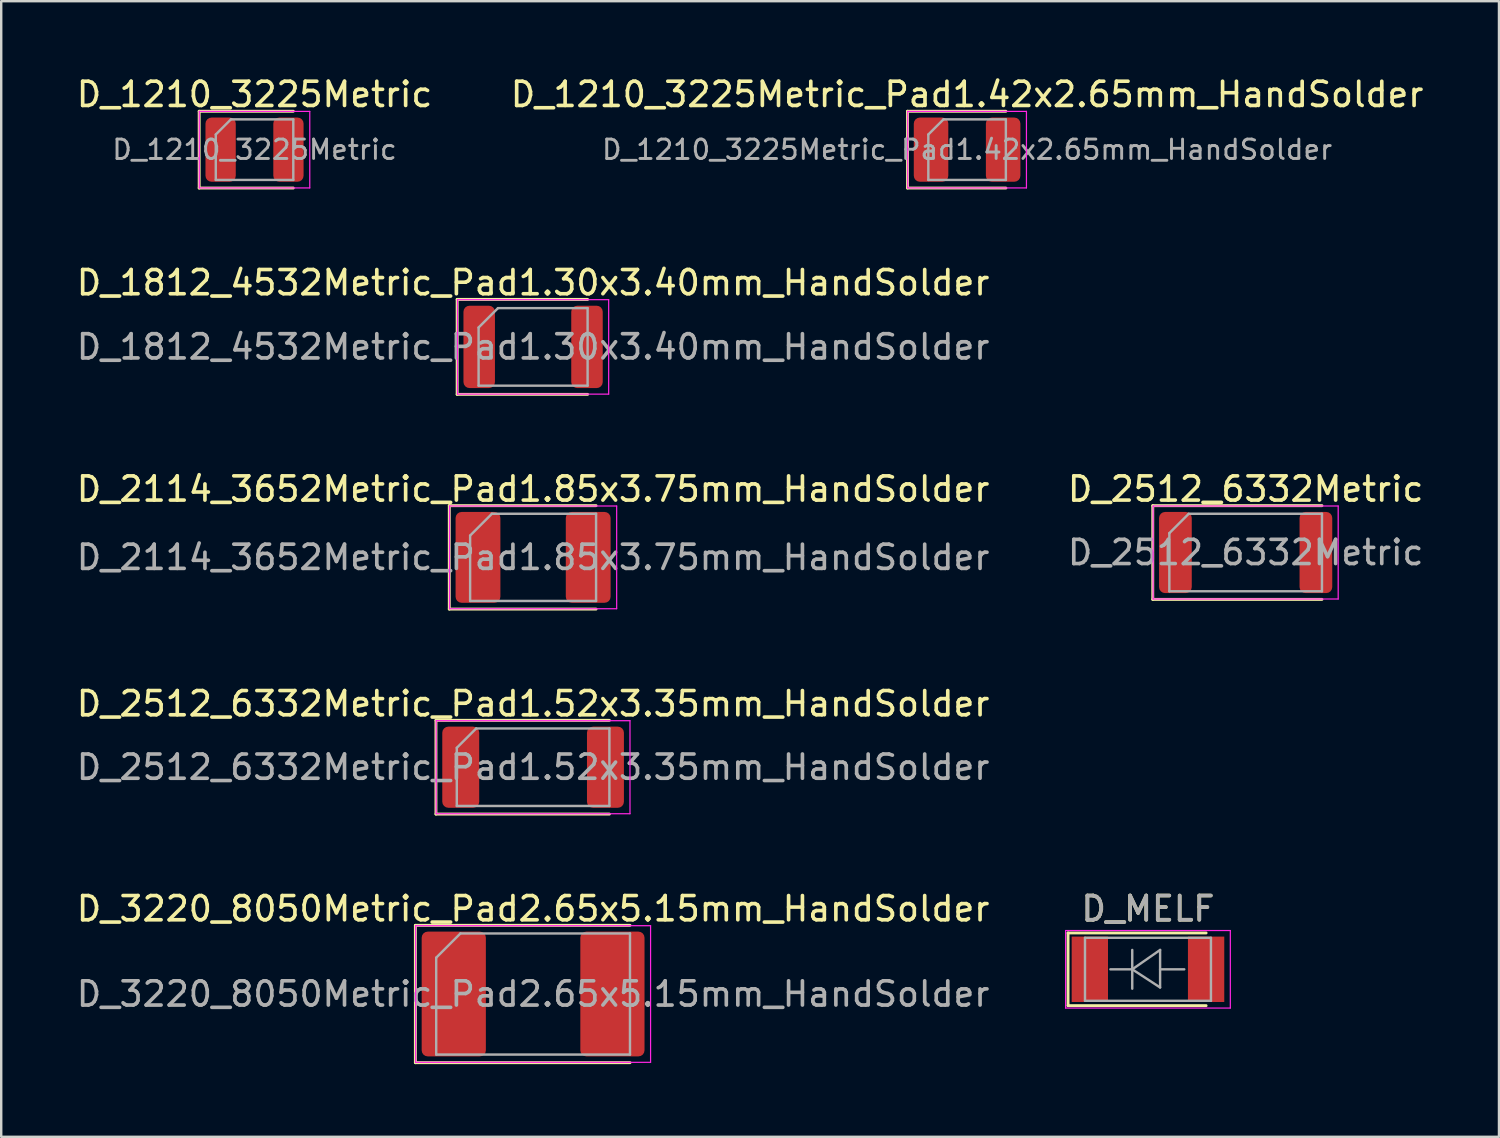
<source format=kicad_pcb>
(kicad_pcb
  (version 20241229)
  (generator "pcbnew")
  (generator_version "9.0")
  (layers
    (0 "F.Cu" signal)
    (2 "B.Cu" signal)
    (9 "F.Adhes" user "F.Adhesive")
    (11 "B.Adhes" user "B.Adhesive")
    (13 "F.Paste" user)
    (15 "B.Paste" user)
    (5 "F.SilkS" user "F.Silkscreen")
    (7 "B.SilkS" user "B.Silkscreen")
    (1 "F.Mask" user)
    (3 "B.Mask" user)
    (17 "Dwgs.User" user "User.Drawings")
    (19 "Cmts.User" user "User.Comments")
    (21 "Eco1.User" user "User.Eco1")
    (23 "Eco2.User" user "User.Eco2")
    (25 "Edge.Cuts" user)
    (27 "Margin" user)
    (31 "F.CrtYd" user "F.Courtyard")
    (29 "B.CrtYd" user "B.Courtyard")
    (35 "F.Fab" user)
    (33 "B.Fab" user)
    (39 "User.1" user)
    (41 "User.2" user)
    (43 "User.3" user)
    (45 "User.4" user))
  (footprint "D_2114_3652Metric_Pad1.85x3.75mm_HandSolder"
    (layer "F.Cu")
    (at 18.958 19.96)
    (property "Reference" "D_2114_3652Metric_Pad1.85x3.75mm_HandSolder" (at 0 -2.82 0) (layer "F.SilkS") (effects (font (size 1 1) (thickness 0.15))))
    (attr smd)
    (fp_line (start -3.46 -2.135) (end -3.46 2.135) (stroke (width 0.12) (type solid)) (layer "F.SilkS"))
    (fp_line (start -3.46 2.135) (end 2.6 2.135) (stroke (width 0.12) (type solid)) (layer "F.SilkS"))
    (fp_line (start 2.6 -2.135) (end -3.46 -2.135) (stroke (width 0.12) (type solid)) (layer "F.SilkS"))
    (fp_line (start -3.45 -2.12) (end 3.45 -2.12) (stroke (width 0.05) (type solid)) (layer "F.CrtYd"))
    (fp_line (start -3.45 2.12) (end -3.45 -2.12) (stroke (width 0.05) (type solid)) (layer "F.CrtYd"))
    (fp_line (start 3.45 -2.12) (end 3.45 2.12) (stroke (width 0.05) (type solid)) (layer "F.CrtYd"))
    (fp_line (start 3.45 2.12) (end -3.45 2.12) (stroke (width 0.05) (type solid)) (layer "F.CrtYd"))
    (fp_line (start -2.6 -0.9) (end -2.6 1.8) (stroke (width 0.1) (type solid)) (layer "F.Fab"))
    (fp_line (start -2.6 1.8) (end 2.6 1.8) (stroke (width 0.1) (type solid)) (layer "F.Fab"))
    (fp_line (start -1.7 -1.8) (end -2.6 -0.9) (stroke (width 0.1) (type solid)) (layer "F.Fab"))
    (fp_line (start 2.6 -1.8) (end -1.7 -1.8) (stroke (width 0.1) (type solid)) (layer "F.Fab"))
    (fp_line (start 2.6 1.8) (end 2.6 -1.8) (stroke (width 0.1) (type solid)) (layer "F.Fab"))
    (fp_text user "${REFERENCE}" (at 0 0 0) (layer "F.Fab") (effects (font (size 1 1) (thickness 0.15))))
    (pad "1" smd roundrect (at -2.275 0) (size 1.85 3.75) (layers "F.Cu" "F.Mask" "F.Paste") (roundrect_rratio 0.135))
    (pad "2" smd roundrect (at 2.275 0) (size 1.85 3.75) (layers "F.Cu" "F.Mask" "F.Paste") (roundrect_rratio 0.135)))
  (footprint "D_1812_4532Metric_Pad1.30x3.40mm_HandSolder"
    (layer "F.Cu")
    (at 18.958 11.271)
    (property "Reference" "D_1812_4532Metric_Pad1.30x3.40mm_HandSolder" (at 0 -2.65 0) (layer "F.SilkS") (effects (font (size 1 1) (thickness 0.15))))
    (attr smd)
    (fp_line (start -3.135 -1.96) (end -3.135 1.96) (stroke (width 0.12) (type solid)) (layer "F.SilkS"))
    (fp_line (start -3.135 1.96) (end 2.25 1.96) (stroke (width 0.12) (type solid)) (layer "F.SilkS"))
    (fp_line (start 2.25 -1.96) (end -3.135 -1.96) (stroke (width 0.12) (type solid)) (layer "F.SilkS"))
    (fp_line (start -3.12 -1.95) (end 3.12 -1.95) (stroke (width 0.05) (type solid)) (layer "F.CrtYd"))
    (fp_line (start -3.12 1.95) (end -3.12 -1.95) (stroke (width 0.05) (type solid)) (layer "F.CrtYd"))
    (fp_line (start 3.12 -1.95) (end 3.12 1.95) (stroke (width 0.05) (type solid)) (layer "F.CrtYd"))
    (fp_line (start 3.12 1.95) (end -3.12 1.95) (stroke (width 0.05) (type solid)) (layer "F.CrtYd"))
    (fp_line (start -2.25 -0.8) (end -2.25 1.6) (stroke (width 0.1) (type solid)) (layer "F.Fab"))
    (fp_line (start -2.25 1.6) (end 2.25 1.6) (stroke (width 0.1) (type solid)) (layer "F.Fab"))
    (fp_line (start -1.45 -1.6) (end -2.25 -0.8) (stroke (width 0.1) (type solid)) (layer "F.Fab"))
    (fp_line (start 2.25 -1.6) (end -1.45 -1.6) (stroke (width 0.1) (type solid)) (layer "F.Fab"))
    (fp_line (start 2.25 1.6) (end 2.25 -1.6) (stroke (width 0.1) (type solid)) (layer "F.Fab"))
    (fp_text user "${REFERENCE}" (at 0 0 0) (layer "F.Fab") (effects (font (size 1 1) (thickness 0.15))))
    (pad "1" smd roundrect (at -2.225 0) (size 1.3 3.4) (layers "F.Cu" "F.Mask" "F.Paste") (roundrect_rratio 0.192))
    (pad "2" smd roundrect (at 2.225 0) (size 1.3 3.4) (layers "F.Cu" "F.Mask" "F.Paste") (roundrect_rratio 0.192)))
  (footprint "D_2512_6332Metric_Pad1.52x3.35mm_HandSolder"
    (layer "F.Cu")
    (at 18.958 28.623)
    (property "Reference" "D_2512_6332Metric_Pad1.52x3.35mm_HandSolder" (at 0 -2.62 0) (layer "F.SilkS") (effects (font (size 1 1) (thickness 0.15))))
    (attr smd)
    (fp_line (start -4.01 -1.935) (end -4.01 1.935) (stroke (width 0.12) (type solid)) (layer "F.SilkS"))
    (fp_line (start -4.01 1.935) (end 3.15 1.935) (stroke (width 0.12) (type solid)) (layer "F.SilkS"))
    (fp_line (start 3.15 -1.935) (end -4.01 -1.935) (stroke (width 0.12) (type solid)) (layer "F.SilkS"))
    (fp_line (start -4 -1.92) (end 4 -1.92) (stroke (width 0.05) (type solid)) (layer "F.CrtYd"))
    (fp_line (start -4 1.92) (end -4 -1.92) (stroke (width 0.05) (type solid)) (layer "F.CrtYd"))
    (fp_line (start 4 -1.92) (end 4 1.92) (stroke (width 0.05) (type solid)) (layer "F.CrtYd"))
    (fp_line (start 4 1.92) (end -4 1.92) (stroke (width 0.05) (type solid)) (layer "F.CrtYd"))
    (fp_line (start -3.15 -0.8) (end -3.15 1.6) (stroke (width 0.1) (type solid)) (layer "F.Fab"))
    (fp_line (start -3.15 1.6) (end 3.15 1.6) (stroke (width 0.1) (type solid)) (layer "F.Fab"))
    (fp_line (start -2.35 -1.6) (end -3.15 -0.8) (stroke (width 0.1) (type solid)) (layer "F.Fab"))
    (fp_line (start 3.15 -1.6) (end -2.35 -1.6) (stroke (width 0.1) (type solid)) (layer "F.Fab"))
    (fp_line (start 3.15 1.6) (end 3.15 -1.6) (stroke (width 0.1) (type solid)) (layer "F.Fab"))
    (fp_text user "${REFERENCE}" (at 0 0 0) (layer "F.Fab") (effects (font (size 1 1) (thickness 0.15))))
    (pad "1" smd roundrect (at -2.987 0) (size 1.525 3.35) (layers "F.Cu" "F.Mask" "F.Paste") (roundrect_rratio 0.164))
    (pad "2" smd roundrect (at 2.987 0) (size 1.525 3.35) (layers "F.Cu" "F.Mask" "F.Paste") (roundrect_rratio 0.164)))
  (footprint "D_1210_3225Metric_Pad1.42x2.65mm_HandSolder"
    (layer "F.Cu")
    (at 36.875 3.128)
    (property "Reference" "D_1210_3225Metric_Pad1.42x2.65mm_HandSolder" (at 0 -2.28 0) (layer "F.SilkS") (effects (font (size 1 1) (thickness 0.15))))
    (attr smd)
    (fp_line (start -2.46 -1.585) (end -2.46 1.585) (stroke (width 0.12) (type solid)) (layer "F.SilkS"))
    (fp_line (start -2.46 1.585) (end 1.6 1.585) (stroke (width 0.12) (type solid)) (layer "F.SilkS"))
    (fp_line (start 1.6 -1.585) (end -2.46 -1.585) (stroke (width 0.12) (type solid)) (layer "F.SilkS"))
    (fp_line (start -2.45 -1.58) (end 2.45 -1.58) (stroke (width 0.05) (type solid)) (layer "F.CrtYd"))
    (fp_line (start -2.45 1.58) (end -2.45 -1.58) (stroke (width 0.05) (type solid)) (layer "F.CrtYd"))
    (fp_line (start 2.45 -1.58) (end 2.45 1.58) (stroke (width 0.05) (type solid)) (layer "F.CrtYd"))
    (fp_line (start 2.45 1.58) (end -2.45 1.58) (stroke (width 0.05) (type solid)) (layer "F.CrtYd"))
    (fp_line (start -1.6 -0.625) (end -1.6 1.25) (stroke (width 0.1) (type solid)) (layer "F.Fab"))
    (fp_line (start -1.6 1.25) (end 1.6 1.25) (stroke (width 0.1) (type solid)) (layer "F.Fab"))
    (fp_line (start -0.975 -1.25) (end -1.6 -0.625) (stroke (width 0.1) (type solid)) (layer "F.Fab"))
    (fp_line (start 1.6 -1.25) (end -0.975 -1.25) (stroke (width 0.1) (type solid)) (layer "F.Fab"))
    (fp_line (start 1.6 1.25) (end 1.6 -1.25) (stroke (width 0.1) (type solid)) (layer "F.Fab"))
    (fp_text user "${REFERENCE}" (at 0 0 0) (layer "F.Fab") (effects (font (size 0.8 0.8) (thickness 0.12))))
    (pad "1" smd roundrect (at -1.488 0) (size 1.425 2.65) (layers "F.Cu" "F.Mask" "F.Paste") (roundrect_rratio 0.175))
    (pad "2" smd roundrect (at 1.488 0) (size 1.425 2.65) (layers "F.Cu" "F.Mask" "F.Paste") (roundrect_rratio 0.175)))
  (footprint "D_3220_8050Metric_Pad2.65x5.15mm_HandSolder"
    (layer "F.Cu")
    (at 18.958 37.986)
    (property "Reference" "D_3220_8050Metric_Pad2.65x5.15mm_HandSolder" (at 0 -3.52 0) (layer "F.SilkS") (effects (font (size 1 1) (thickness 0.15))))
    (attr smd)
    (fp_line (start -4.86 -2.835) (end -4.86 2.835) (stroke (width 0.12) (type solid)) (layer "F.SilkS"))
    (fp_line (start -4.86 2.835) (end 4 2.835) (stroke (width 0.12) (type solid)) (layer "F.SilkS"))
    (fp_line (start 4 -2.835) (end -4.86 -2.835) (stroke (width 0.12) (type solid)) (layer "F.SilkS"))
    (fp_line (start -4.85 -2.82) (end 4.85 -2.82) (stroke (width 0.05) (type solid)) (layer "F.CrtYd"))
    (fp_line (start -4.85 2.82) (end -4.85 -2.82) (stroke (width 0.05) (type solid)) (layer "F.CrtYd"))
    (fp_line (start 4.85 -2.82) (end 4.85 2.82) (stroke (width 0.05) (type solid)) (layer "F.CrtYd"))
    (fp_line (start 4.85 2.82) (end -4.85 2.82) (stroke (width 0.05) (type solid)) (layer "F.CrtYd"))
    (fp_line (start -4 -1.5) (end -4 2.5) (stroke (width 0.1) (type solid)) (layer "F.Fab"))
    (fp_line (start -4 2.5) (end 4 2.5) (stroke (width 0.1) (type solid)) (layer "F.Fab"))
    (fp_line (start -3 -2.5) (end -4 -1.5) (stroke (width 0.1) (type solid)) (layer "F.Fab"))
    (fp_line (start 4 -2.5) (end -3 -2.5) (stroke (width 0.1) (type solid)) (layer "F.Fab"))
    (fp_line (start 4 2.5) (end 4 -2.5) (stroke (width 0.1) (type solid)) (layer "F.Fab"))
    (fp_text user "${REFERENCE}" (at 0 0 0) (layer "F.Fab") (effects (font (size 1 1) (thickness 0.15))))
    (pad "1" smd roundrect (at -3.275 0) (size 2.65 5.15) (layers "F.Cu" "F.Mask" "F.Paste") (roundrect_rratio 0.094))
    (pad "2" smd roundrect (at 3.275 0) (size 2.65 5.15) (layers "F.Cu" "F.Mask" "F.Paste") (roundrect_rratio 0.094)))
  (footprint "D_2512_6332Metric"
    (layer "F.Cu")
    (at 48.375 19.76)
    (property "Reference" "D_2512_6332Metric" (at 0 -2.62 0) (layer "F.SilkS") (effects (font (size 1 1) (thickness 0.15))))
    (attr smd)
    (fp_line (start -3.835 -1.935) (end -3.835 1.935) (stroke (width 0.12) (type solid)) (layer "F.SilkS"))
    (fp_line (start -3.835 1.935) (end 3.15 1.935) (stroke (width 0.12) (type solid)) (layer "F.SilkS"))
    (fp_line (start 3.15 -1.935) (end -3.835 -1.935) (stroke (width 0.12) (type solid)) (layer "F.SilkS"))
    (fp_line (start -3.82 -1.92) (end 3.82 -1.92) (stroke (width 0.05) (type solid)) (layer "F.CrtYd"))
    (fp_line (start -3.82 1.92) (end -3.82 -1.92) (stroke (width 0.05) (type solid)) (layer "F.CrtYd"))
    (fp_line (start 3.82 -1.92) (end 3.82 1.92) (stroke (width 0.05) (type solid)) (layer "F.CrtYd"))
    (fp_line (start 3.82 1.92) (end -3.82 1.92) (stroke (width 0.05) (type solid)) (layer "F.CrtYd"))
    (fp_line (start -3.15 -0.8) (end -3.15 1.6) (stroke (width 0.1) (type solid)) (layer "F.Fab"))
    (fp_line (start -3.15 1.6) (end 3.15 1.6) (stroke (width 0.1) (type solid)) (layer "F.Fab"))
    (fp_line (start -2.35 -1.6) (end -3.15 -0.8) (stroke (width 0.1) (type solid)) (layer "F.Fab"))
    (fp_line (start 3.15 -1.6) (end -2.35 -1.6) (stroke (width 0.1) (type solid)) (layer "F.Fab"))
    (fp_line (start 3.15 1.6) (end 3.15 -1.6) (stroke (width 0.1) (type solid)) (layer "F.Fab"))
    (fp_text user "${REFERENCE}" (at 0 0 0) (layer "F.Fab") (effects (font (size 1 1) (thickness 0.15))))
    (pad "1" smd roundrect (at -2.9 0) (size 1.35 3.35) (layers "F.Cu" "F.Mask" "F.Paste") (roundrect_rratio 0.185))
    (pad "2" smd roundrect (at 2.9 0) (size 1.35 3.35) (layers "F.Cu" "F.Mask" "F.Paste") (roundrect_rratio 0.185)))
  (footprint "D_MELF"
    (layer "F.Cu")
    (at 44.342 36.966)
    (property "Reference" "D_MELF" (at 0 -2.5 0) (layer "F.SilkS") (effects (font (size 1 1) (thickness 0.15))))
    (attr smd)
    (fp_line (start -3.3 -1.5) (end -3.3 1.5) (stroke (width 0.12) (type solid)) (layer "F.SilkS"))
    (fp_line (start -3.3 1.5) (end 2.4 1.5) (stroke (width 0.12) (type solid)) (layer "F.SilkS"))
    (fp_line (start 2.4 -1.5) (end -3.3 -1.5) (stroke (width 0.12) (type solid)) (layer "F.SilkS"))
    (fp_line (start -3.4 -1.6) (end 3.4 -1.6) (stroke (width 0.05) (type solid)) (layer "F.CrtYd"))
    (fp_line (start -3.4 1.6) (end -3.4 -1.6) (stroke (width 0.05) (type solid)) (layer "F.CrtYd"))
    (fp_line (start 3.4 -1.6) (end 3.4 1.6) (stroke (width 0.05) (type solid)) (layer "F.CrtYd"))
    (fp_line (start 3.4 1.6) (end -3.4 1.6) (stroke (width 0.05) (type solid)) (layer "F.CrtYd"))
    (fp_line (start -2.6 -1.3) (end -2.6 1.3) (stroke (width 0.1) (type solid)) (layer "F.Fab"))
    (fp_line (start -2.6 1.3) (end 2.6 1.3) (stroke (width 0.1) (type solid)) (layer "F.Fab"))
    (fp_line (start -0.649 -0.799) (end -0.649 0.801) (stroke (width 0.1) (type solid)) (layer "F.Fab"))
    (fp_line (start -0.649 0.001) (end -1.551 0.001) (stroke (width 0.1) (type solid)) (layer "F.Fab"))
    (fp_line (start -0.649 0.001) (end 0.501 -0.799) (stroke (width 0.1) (type solid)) (layer "F.Fab"))
    (fp_line (start -0.649 0.001) (end 0.501 0.75) (stroke (width 0.1) (type solid)) (layer "F.Fab"))
    (fp_line (start 0.501 0.001) (end 1.499 0.001) (stroke (width 0.1) (type solid)) (layer "F.Fab"))
    (fp_line (start 0.501 0.75) (end 0.501 -0.799) (stroke (width 0.1) (type solid)) (layer "F.Fab"))
    (fp_line (start 2.6 -1.3) (end -2.6 -1.3) (stroke (width 0.1) (type solid)) (layer "F.Fab"))
    (fp_line (start 2.6 1.3) (end 2.6 -1.3) (stroke (width 0.1) (type solid)) (layer "F.Fab"))
    (fp_text user "${REFERENCE}" (at 0 -2.5 0) (layer "F.Fab") (effects (font (size 1 1) (thickness 0.15))))
    (pad "1" smd rect (at -2.4 0) (size 1.5 2.7) (layers "F.Cu" "F.Mask" "F.Paste"))
    (pad "2" smd rect (at 2.4 0) (size 1.5 2.7) (layers "F.Cu" "F.Mask" "F.Paste")))
  (footprint "D_1210_3225Metric"
    (layer "F.Cu")
    (at 7.458 3.128)
    (property "Reference" "D_1210_3225Metric" (at 0 -2.28 0) (layer "F.SilkS") (effects (font (size 1 1) (thickness 0.15))))
    (attr smd)
    (fp_line (start -2.285 -1.585) (end -2.285 1.585) (stroke (width 0.12) (type solid)) (layer "F.SilkS"))
    (fp_line (start -2.285 1.585) (end 1.6 1.585) (stroke (width 0.12) (type solid)) (layer "F.SilkS"))
    (fp_line (start 1.6 -1.585) (end -2.285 -1.585) (stroke (width 0.12) (type solid)) (layer "F.SilkS"))
    (fp_line (start -2.28 -1.58) (end 2.28 -1.58) (stroke (width 0.05) (type solid)) (layer "F.CrtYd"))
    (fp_line (start -2.28 1.58) (end -2.28 -1.58) (stroke (width 0.05) (type solid)) (layer "F.CrtYd"))
    (fp_line (start 2.28 -1.58) (end 2.28 1.58) (stroke (width 0.05) (type solid)) (layer "F.CrtYd"))
    (fp_line (start 2.28 1.58) (end -2.28 1.58) (stroke (width 0.05) (type solid)) (layer "F.CrtYd"))
    (fp_line (start -1.6 -0.625) (end -1.6 1.25) (stroke (width 0.1) (type solid)) (layer "F.Fab"))
    (fp_line (start -1.6 1.25) (end 1.6 1.25) (stroke (width 0.1) (type solid)) (layer "F.Fab"))
    (fp_line (start -0.975 -1.25) (end -1.6 -0.625) (stroke (width 0.1) (type solid)) (layer "F.Fab"))
    (fp_line (start 1.6 -1.25) (end -0.975 -1.25) (stroke (width 0.1) (type solid)) (layer "F.Fab"))
    (fp_line (start 1.6 1.25) (end 1.6 -1.25) (stroke (width 0.1) (type solid)) (layer "F.Fab"))
    (fp_text user "${REFERENCE}" (at 0 0 0) (layer "F.Fab") (effects (font (size 0.8 0.8) (thickness 0.12))))
    (pad "1" smd roundrect (at -1.4 0) (size 1.25 2.65) (layers "F.Cu" "F.Mask" "F.Paste") (roundrect_rratio 0.2))
    (pad "2" smd roundrect (at 1.4 0) (size 1.25 2.65) (layers "F.Cu" "F.Mask" "F.Paste") (roundrect_rratio 0.2)))
  (gr_rect
    (start -3 -3)
    (end 58.833 43.881)
    (stroke (width 0.1) (type default))
    (fill no)
    (layer "Edge.Cuts")))
</source>
